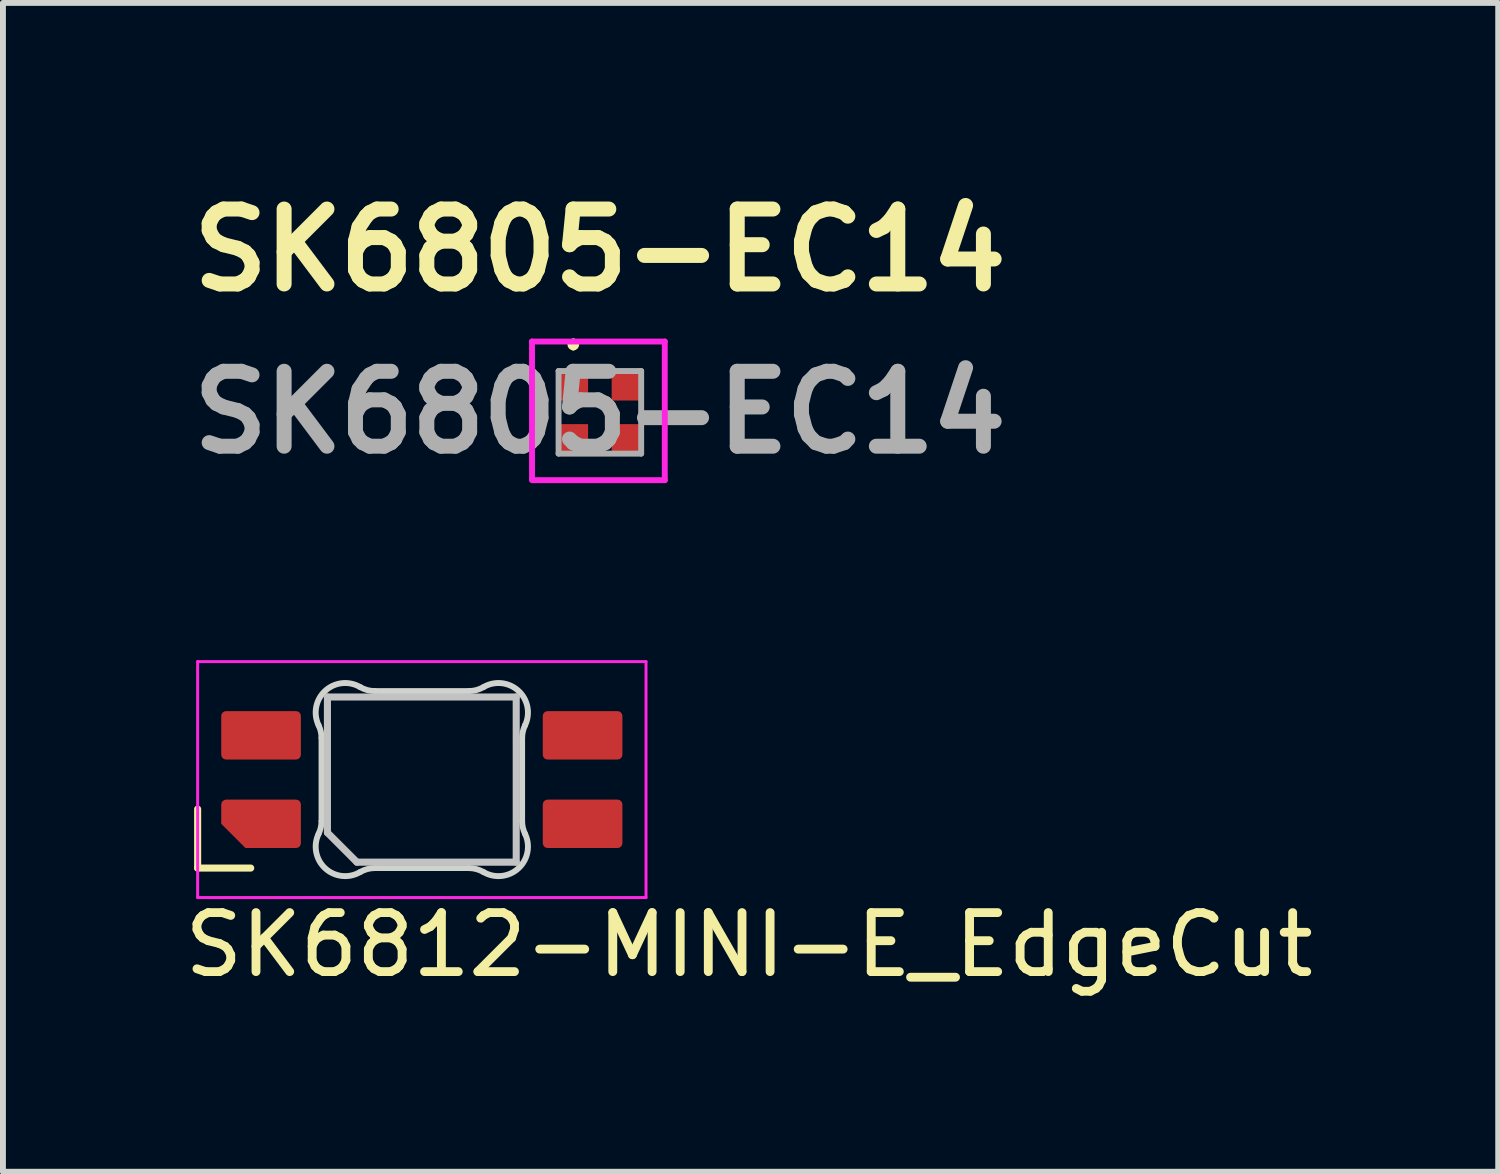
<source format=kicad_pcb>
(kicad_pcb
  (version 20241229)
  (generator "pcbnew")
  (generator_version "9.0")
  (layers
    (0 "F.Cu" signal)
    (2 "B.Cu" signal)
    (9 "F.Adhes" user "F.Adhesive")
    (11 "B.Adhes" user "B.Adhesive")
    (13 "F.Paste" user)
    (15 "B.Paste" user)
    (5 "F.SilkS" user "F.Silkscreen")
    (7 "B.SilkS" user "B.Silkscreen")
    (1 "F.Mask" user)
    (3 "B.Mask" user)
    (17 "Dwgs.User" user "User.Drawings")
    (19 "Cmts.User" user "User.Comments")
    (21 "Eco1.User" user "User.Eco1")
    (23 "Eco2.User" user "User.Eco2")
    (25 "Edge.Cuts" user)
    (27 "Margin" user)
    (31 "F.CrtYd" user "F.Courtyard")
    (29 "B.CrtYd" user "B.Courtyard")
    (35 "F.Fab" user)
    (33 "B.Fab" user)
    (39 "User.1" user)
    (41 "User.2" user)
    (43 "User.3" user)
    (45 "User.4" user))
  (footprint "SK6805-EC14"
    (layer "F.Cu")
    (at 7.118 3.939)
    (property "Reference" "SK6805-EC14" (at 0 -2.75 0) (layer "F.SilkS") (effects (font (size 1.27 1.27) (thickness 0.254))))
    (attr smd)
    (fp_line (start -0.45 -1.2) (end -0.45 -1.2) (stroke (width 0.1) (type solid)) (layer "F.SilkS"))
    (fp_line (start -0.45 -1.1) (end -0.45 -1.1) (stroke (width 0.1) (type solid)) (layer "F.SilkS"))
    (fp_arc (start -0.45 -1.2) (mid -0.4 -1.15) (end -0.45 -1.1) (stroke (width 0.1) (type solid)) (layer "F.SilkS"))
    (fp_arc (start -0.45 -1.1) (mid -0.5 -1.15) (end -0.45 -1.2) (stroke (width 0.1) (type solid)) (layer "F.SilkS"))
    (fp_line (start -1.15 -1.2) (end 1.1 -1.2) (stroke (width 0.1) (type solid)) (layer "F.CrtYd"))
    (fp_line (start -1.15 1.125) (end -1.15 -1.2) (stroke (width 0.1) (type solid)) (layer "F.CrtYd"))
    (fp_line (start 1.1 -1.2) (end 1.1 1.15) (stroke (width 0.1) (type solid)) (layer "F.CrtYd"))
    (fp_line (start 1.1 1.15) (end -1.15 1.15) (stroke (width 0.1) (type solid)) (layer "F.CrtYd"))
    (fp_line (start -0.7 -0.7) (end 0.7 -0.7) (stroke (width 0.1) (type solid)) (layer "F.Fab"))
    (fp_line (start -0.7 0.7) (end -0.7 -0.7) (stroke (width 0.1) (type solid)) (layer "F.Fab"))
    (fp_line (start 0.7 -0.7) (end 0.7 0.7) (stroke (width 0.1) (type solid)) (layer "F.Fab"))
    (fp_line (start 0.7 0.7) (end -0.7 0.7) (stroke (width 0.1) (type solid)) (layer "F.Fab"))
    (fp_text user "${REFERENCE}" (at 0 0 0) (layer "F.Fab") (effects (font (size 1.27 1.27) (thickness 0.254))))
    (pad "1" smd rect (at -0.45 -0.45 90) (size 0.5 0.5) (layers "F.Cu" "F.Mask" "F.Paste"))
    (pad "2" smd rect (at -0.45 0.45 90) (size 0.5 0.5) (layers "F.Cu" "F.Mask" "F.Paste"))
    (pad "3" smd rect (at 0.45 0.45 90) (size 0.5 0.5) (layers "F.Cu" "F.Mask" "F.Paste"))
    (pad "4" smd rect (at 0.45 -0.45 90) (size 0.5 0.5) (layers "F.Cu" "F.Mask" "F.Paste")))
  (footprint "SK6812-MINI-E_EdgeCut"
    (layer "F.Cu")
    (at 4.1 10.164)
    (property "Reference" "SK6812-MINI-E_EdgeCut" (at -4.1 2.8 0) (layer "F.SilkS") (effects (font (size 1 1) (thickness 0.15)) (justify left)))
    (attr smd)
    (fp_line (start -3.8 0.5) (end -3.8 1.5) (stroke (width 0.12) (type solid)) (layer "F.SilkS"))
    (fp_line (start -3.8 1.5) (end -2.9 1.5) (stroke (width 0.12) (type solid)) (layer "F.SilkS"))
    (fp_line (start -1.6 -1.4) (end 1.6 -1.4) (stroke (width 0.12) (type solid)) (layer "Dwgs.User"))
    (fp_line (start -1.6 0.9) (end -1.6 -1.4) (stroke (width 0.12) (type solid)) (layer "Dwgs.User"))
    (fp_line (start -1.6 0.9) (end -1.1 1.4) (stroke (width 0.12) (type solid)) (layer "Dwgs.User"))
    (fp_line (start 1.6 -1.4) (end 1.6 1.4) (stroke (width 0.12) (type solid)) (layer "Dwgs.User"))
    (fp_line (start 1.6 1.4) (end -1.1 1.4) (stroke (width 0.12) (type solid)) (layer "Dwgs.User"))
    (fp_line (start -1.7 -0.703) (end -1.7 0.703) (stroke (width 0.1) (type solid)) (layer "Edge.Cuts"))
    (fp_line (start -0.794 1.5) (end 0.794 1.5) (stroke (width 0.1) (type solid)) (layer "Edge.Cuts"))
    (fp_line (start 0.794 -1.5) (end -0.794 -1.5) (stroke (width 0.1) (type solid)) (layer "Edge.Cuts"))
    (fp_line (start 1.7 0.703) (end 1.7 -0.703) (stroke (width 0.1) (type solid)) (layer "Edge.Cuts"))
    (fp_arc (start -1.749484 -0.919721) (mid -1.712527 -0.814069) (end -1.699999 -0.702844) (stroke (width 0.1) (type solid)) (layer "Edge.Cuts"))
    (fp_arc (start -1.749484 -0.919721) (mid -1.638071 -1.504036) (end -1.046711 -1.568299) (stroke (width 0.1) (type solid)) (layer "Edge.Cuts"))
    (fp_arc (start -1.699999 0.702841) (mid -1.712527 0.814067) (end -1.749484 0.919719) (stroke (width 0.1) (type solid)) (layer "Edge.Cuts"))
    (fp_arc (start -1.046711 1.568298) (mid -1.638072 1.504034) (end -1.749484 0.919718) (stroke (width 0.1) (type solid)) (layer "Edge.Cuts"))
    (fp_arc (start -1.046711 1.568298) (mid -0.925123 1.517376) (end -0.794452 1.499999) (stroke (width 0.1) (type solid)) (layer "Edge.Cuts"))
    (fp_arc (start -0.794453 -1.5) (mid -0.925123 -1.517377) (end -1.046711 -1.568299) (stroke (width 0.1) (type solid)) (layer "Edge.Cuts"))
    (fp_arc (start 0.794452 1.499999) (mid 0.925122 1.517376) (end 1.04671 1.568298) (stroke (width 0.1) (type solid)) (layer "Edge.Cuts"))
    (fp_arc (start 1.046711 -1.5683) (mid 0.925123 -1.517378) (end 0.794453 -1.500001) (stroke (width 0.1) (type solid)) (layer "Edge.Cuts"))
    (fp_arc (start 1.046711 -1.5683) (mid 1.638071 -1.504036) (end 1.749484 -0.919721) (stroke (width 0.1) (type solid)) (layer "Edge.Cuts"))
    (fp_arc (start 1.699999 -0.702843) (mid 1.712527 -0.814069) (end 1.749484 -0.919721) (stroke (width 0.1) (type solid)) (layer "Edge.Cuts"))
    (fp_arc (start 1.749484 0.919719) (mid 1.63807 1.504033) (end 1.046711 1.568296) (stroke (width 0.1) (type solid)) (layer "Edge.Cuts"))
    (fp_arc (start 1.749484 0.919719) (mid 1.712527 0.814067) (end 1.699999 0.702842) (stroke (width 0.1) (type solid)) (layer "Edge.Cuts"))
    (fp_line (start -3.8 -2) (end 3.8 -2) (stroke (width 0.05) (type solid)) (layer "F.CrtYd"))
    (fp_line (start -3.8 2) (end -3.8 -2) (stroke (width 0.05) (type solid)) (layer "F.CrtYd"))
    (fp_line (start 3.8 -2) (end 3.8 2) (stroke (width 0.05) (type solid)) (layer "F.CrtYd"))
    (fp_line (start 3.8 2) (end -3.8 2) (stroke (width 0.05) (type solid)) (layer "F.CrtYd"))
    (pad "1" smd roundrect (at 2.725 -0.75 90) (size 0.82 1.35) (layers "F.Cu" "F.Mask" "F.Paste") (roundrect_rratio 0.1))
    (pad "2" smd roundrect (at 2.725 0.75 90) (size 0.82 1.35) (layers "F.Cu" "F.Mask" "F.Paste") (roundrect_rratio 0.1))
    (pad "3" smd roundrect (at -2.725 -0.75 90) (size 0.82 1.35) (layers "F.Cu" "F.Mask" "F.Paste") (roundrect_rratio 0.1))
    (pad "4" smd roundrect (at -2.725 0.75 90) (size 0.82 1.35) (layers "F.Cu" "F.Mask" "F.Paste") (roundrect_rratio 0.1) (chamfer_ratio 0.5) (chamfer top_left)))
  (gr_rect
    (start -3 -3)
    (end 22.345 16.812)
    (stroke (width 0.1) (type default))
    (fill no)
    (layer "Edge.Cuts")))
</source>
